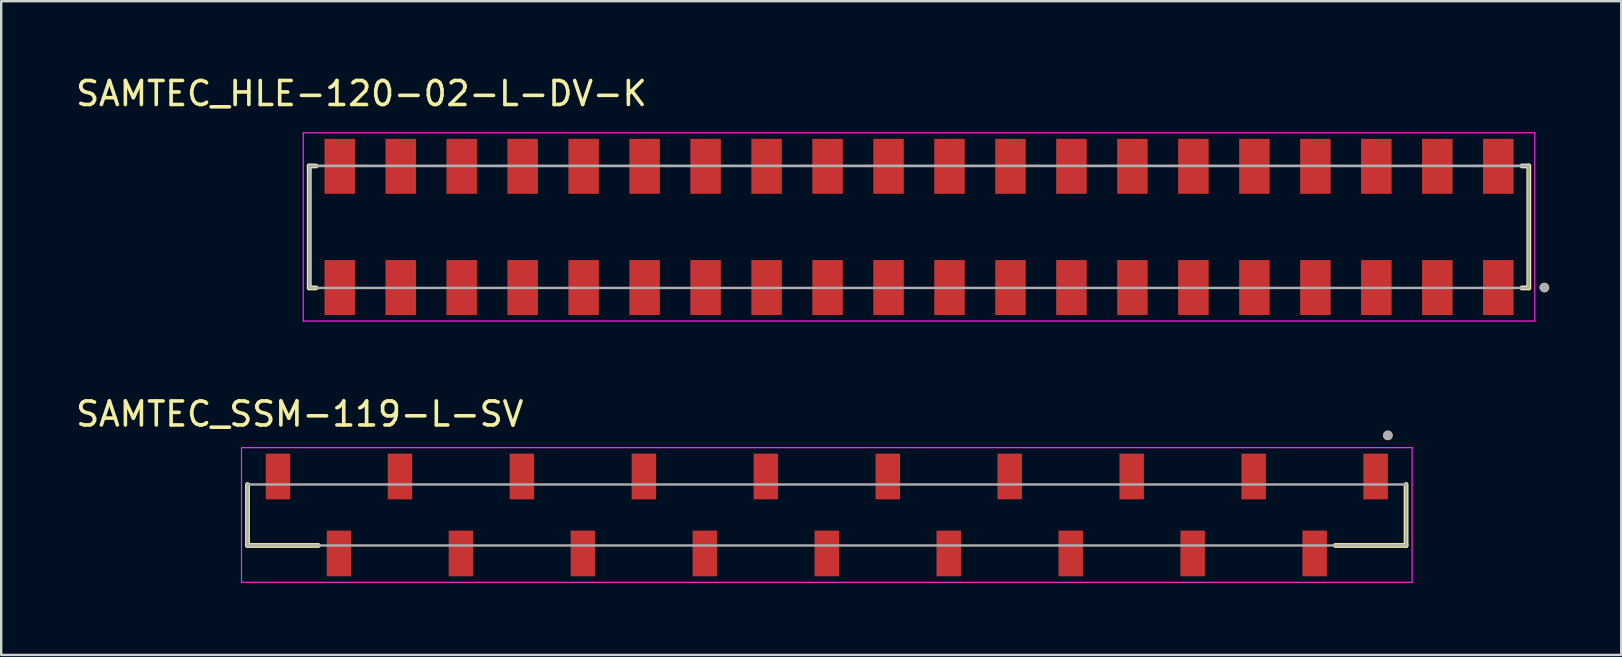
<source format=kicad_pcb>
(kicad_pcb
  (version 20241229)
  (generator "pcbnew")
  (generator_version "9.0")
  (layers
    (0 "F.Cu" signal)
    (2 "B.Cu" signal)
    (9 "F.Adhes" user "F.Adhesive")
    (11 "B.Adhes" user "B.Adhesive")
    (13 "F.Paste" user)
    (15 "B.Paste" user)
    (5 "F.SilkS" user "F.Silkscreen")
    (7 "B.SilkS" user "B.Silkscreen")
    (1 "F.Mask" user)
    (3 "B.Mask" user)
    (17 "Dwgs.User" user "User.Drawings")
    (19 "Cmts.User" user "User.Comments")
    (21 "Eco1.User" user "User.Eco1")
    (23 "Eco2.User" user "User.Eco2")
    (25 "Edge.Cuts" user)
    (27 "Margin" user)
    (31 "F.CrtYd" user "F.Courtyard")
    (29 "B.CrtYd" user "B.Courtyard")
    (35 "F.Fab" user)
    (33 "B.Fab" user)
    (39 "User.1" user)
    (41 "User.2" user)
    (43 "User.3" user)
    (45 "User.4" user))
  (footprint "SAMTEC_HLE-120-02-L-DV-K"
    (layer "F.Cu")
    (at 35.231 6.403)
    (property "Reference" "SAMTEC_HLE-120-02-L-DV-K" (at -23.225 -5.555 0) (layer "F.SilkS") (effects (font (size 1 1) (thickness 0.15))))
    (attr through_hole)
    (fp_line (start -25.4 -2.54) (end -25.115 -2.54) (stroke (width 0.2) (type solid)) (layer "F.SilkS"))
    (fp_line (start -25.4 2.54) (end -25.4 -2.54) (stroke (width 0.2) (type solid)) (layer "F.SilkS"))
    (fp_line (start -25.115 2.54) (end -25.4 2.54) (stroke (width 0.2) (type solid)) (layer "F.SilkS"))
    (fp_line (start 25.115 -2.54) (end 25.4 -2.54) (stroke (width 0.2) (type solid)) (layer "F.SilkS"))
    (fp_line (start 25.115 2.54) (end 25.4 2.54) (stroke (width 0.2) (type solid)) (layer "F.SilkS"))
    (fp_line (start 25.4 -2.54) (end 25.4 2.54) (stroke (width 0.2) (type solid)) (layer "F.SilkS"))
    (fp_circle (center 26.05 2.525) (end 26.15 2.525) (stroke (width 0.2) (type solid)) (fill no) (layer "F.SilkS"))
    (fp_line (start -25.65 -3.92) (end 25.65 -3.92) (stroke (width 0.05) (type solid)) (layer "F.CrtYd"))
    (fp_line (start -25.65 3.92) (end -25.65 -3.92) (stroke (width 0.05) (type solid)) (layer "F.CrtYd"))
    (fp_line (start 25.65 -3.92) (end 25.65 3.92) (stroke (width 0.05) (type solid)) (layer "F.CrtYd"))
    (fp_line (start 25.65 3.92) (end -25.65 3.92) (stroke (width 0.05) (type solid)) (layer "F.CrtYd"))
    (fp_line (start -25.4 -2.54) (end 25.4 -2.54) (stroke (width 0.1) (type solid)) (layer "F.Fab"))
    (fp_line (start -25.4 -2.54) (end 25.4 -2.54) (stroke (width 0.1) (type solid)) (layer "F.Fab"))
    (fp_line (start -25.4 2.54) (end -25.4 -2.54) (stroke (width 0.1) (type solid)) (layer "F.Fab"))
    (fp_line (start -25.4 2.54) (end -25.4 -2.54) (stroke (width 0.1) (type solid)) (layer "F.Fab"))
    (fp_line (start 25.4 -2.54) (end 25.4 2.54) (stroke (width 0.1) (type solid)) (layer "F.Fab"))
    (fp_line (start 25.4 -2.54) (end 25.4 2.54) (stroke (width 0.1) (type solid)) (layer "F.Fab"))
    (fp_line (start 25.4 2.54) (end -25.4 2.54) (stroke (width 0.1) (type solid)) (layer "F.Fab"))
    (fp_circle (center 26.05 2.525) (end 26.15 2.525) (stroke (width 0.2) (type solid)) (fill no) (layer "F.Fab"))
    (pad "01" smd rect (at 24.13 2.525) (size 1.27 2.29) (layers "F.Cu" "F.Mask" "F.Paste"))
    (pad "02" smd rect (at 24.13 -2.525) (size 1.27 2.29) (layers "F.Cu" "F.Mask" "F.Paste"))
    (pad "03" smd rect (at 21.59 2.525) (size 1.27 2.29) (layers "F.Cu" "F.Mask" "F.Paste"))
    (pad "04" smd rect (at 21.59 -2.525) (size 1.27 2.29) (layers "F.Cu" "F.Mask" "F.Paste"))
    (pad "05" smd rect (at 19.05 2.525) (size 1.27 2.29) (layers "F.Cu" "F.Mask" "F.Paste"))
    (pad "06" smd rect (at 19.05 -2.525) (size 1.27 2.29) (layers "F.Cu" "F.Mask" "F.Paste"))
    (pad "07" smd rect (at 16.51 2.525) (size 1.27 2.29) (layers "F.Cu" "F.Mask" "F.Paste"))
    (pad "08" smd rect (at 16.51 -2.525) (size 1.27 2.29) (layers "F.Cu" "F.Mask" "F.Paste"))
    (pad "09" smd rect (at 13.97 2.525) (size 1.27 2.29) (layers "F.Cu" "F.Mask" "F.Paste"))
    (pad "10" smd rect (at 13.97 -2.525) (size 1.27 2.29) (layers "F.Cu" "F.Mask" "F.Paste"))
    (pad "11" smd rect (at 11.43 2.525) (size 1.27 2.29) (layers "F.Cu" "F.Mask" "F.Paste"))
    (pad "12" smd rect (at 11.43 -2.525) (size 1.27 2.29) (layers "F.Cu" "F.Mask" "F.Paste"))
    (pad "13" smd rect (at 8.89 2.525) (size 1.27 2.29) (layers "F.Cu" "F.Mask" "F.Paste"))
    (pad "14" smd rect (at 8.89 -2.525) (size 1.27 2.29) (layers "F.Cu" "F.Mask" "F.Paste"))
    (pad "15" smd rect (at 6.35 2.525) (size 1.27 2.29) (layers "F.Cu" "F.Mask" "F.Paste"))
    (pad "16" smd rect (at 6.35 -2.525) (size 1.27 2.29) (layers "F.Cu" "F.Mask" "F.Paste"))
    (pad "17" smd rect (at 3.81 2.525) (size 1.27 2.29) (layers "F.Cu" "F.Mask" "F.Paste"))
    (pad "18" smd rect (at 3.81 -2.525) (size 1.27 2.29) (layers "F.Cu" "F.Mask" "F.Paste"))
    (pad "19" smd rect (at 1.27 2.525) (size 1.27 2.29) (layers "F.Cu" "F.Mask" "F.Paste"))
    (pad "20" smd rect (at 1.27 -2.525) (size 1.27 2.29) (layers "F.Cu" "F.Mask" "F.Paste"))
    (pad "21" smd rect (at -1.27 2.525) (size 1.27 2.29) (layers "F.Cu" "F.Mask" "F.Paste"))
    (pad "22" smd rect (at -1.27 -2.525) (size 1.27 2.29) (layers "F.Cu" "F.Mask" "F.Paste"))
    (pad "23" smd rect (at -3.81 2.525) (size 1.27 2.29) (layers "F.Cu" "F.Mask" "F.Paste"))
    (pad "24" smd rect (at -3.81 -2.525) (size 1.27 2.29) (layers "F.Cu" "F.Mask" "F.Paste"))
    (pad "25" smd rect (at -6.35 2.525) (size 1.27 2.29) (layers "F.Cu" "F.Mask" "F.Paste"))
    (pad "26" smd rect (at -6.35 -2.525) (size 1.27 2.29) (layers "F.Cu" "F.Mask" "F.Paste"))
    (pad "27" smd rect (at -8.89 2.525) (size 1.27 2.29) (layers "F.Cu" "F.Mask" "F.Paste"))
    (pad "28" smd rect (at -8.89 -2.525) (size 1.27 2.29) (layers "F.Cu" "F.Mask" "F.Paste"))
    (pad "29" smd rect (at -11.43 2.525) (size 1.27 2.29) (layers "F.Cu" "F.Mask" "F.Paste"))
    (pad "30" smd rect (at -11.43 -2.525) (size 1.27 2.29) (layers "F.Cu" "F.Mask" "F.Paste"))
    (pad "31" smd rect (at -13.97 2.525) (size 1.27 2.29) (layers "F.Cu" "F.Mask" "F.Paste"))
    (pad "32" smd rect (at -13.97 -2.525) (size 1.27 2.29) (layers "F.Cu" "F.Mask" "F.Paste"))
    (pad "33" smd rect (at -16.51 2.525) (size 1.27 2.29) (layers "F.Cu" "F.Mask" "F.Paste"))
    (pad "34" smd rect (at -16.51 -2.525) (size 1.27 2.29) (layers "F.Cu" "F.Mask" "F.Paste"))
    (pad "35" smd rect (at -19.05 2.525) (size 1.27 2.29) (layers "F.Cu" "F.Mask" "F.Paste"))
    (pad "36" smd rect (at -19.05 -2.525) (size 1.27 2.29) (layers "F.Cu" "F.Mask" "F.Paste"))
    (pad "37" smd rect (at -21.59 2.525) (size 1.27 2.29) (layers "F.Cu" "F.Mask" "F.Paste"))
    (pad "38" smd rect (at -21.59 -2.525) (size 1.27 2.29) (layers "F.Cu" "F.Mask" "F.Paste"))
    (pad "39" smd rect (at -24.13 2.525) (size 1.27 2.29) (layers "F.Cu" "F.Mask" "F.Paste"))
    (pad "40" smd rect (at -24.13 -2.525) (size 1.27 2.29) (layers "F.Cu" "F.Mask" "F.Paste")))
  (footprint "SAMTEC_SSM-119-L-SV"
    (layer "F.Cu")
    (at 31.39 18.401)
    (property "Reference" "SAMTEC_SSM-119-L-SV" (at -21.955 -4.205 0) (layer "F.SilkS") (effects (font (size 1 1) (thickness 0.15))))
    (attr through_hole)
    (fp_line (start -24.13 1.27) (end -24.13 -1.27) (stroke (width 0.2) (type solid)) (layer "F.SilkS"))
    (fp_line (start -24.13 1.27) (end -21.18 1.27) (stroke (width 0.2) (type solid)) (layer "F.SilkS"))
    (fp_line (start 24.13 1.27) (end 21.18 1.27) (stroke (width 0.2) (type solid)) (layer "F.SilkS"))
    (fp_line (start 24.13 1.27) (end 24.13 -1.27) (stroke (width 0.2) (type solid)) (layer "F.SilkS"))
    (fp_circle (center 23.37 -3.315) (end 23.47 -3.315) (stroke (width 0.2) (type solid)) (fill no) (layer "F.SilkS"))
    (fp_line (start -24.38 -2.805) (end 24.38 -2.805) (stroke (width 0.05) (type solid)) (layer "F.CrtYd"))
    (fp_line (start -24.38 2.805) (end -24.38 -2.805) (stroke (width 0.05) (type solid)) (layer "F.CrtYd"))
    (fp_line (start 24.38 -2.805) (end 24.38 2.805) (stroke (width 0.05) (type solid)) (layer "F.CrtYd"))
    (fp_line (start 24.38 2.805) (end -24.38 2.805) (stroke (width 0.05) (type solid)) (layer "F.CrtYd"))
    (fp_line (start -24.13 -1.27) (end 24.13 -1.27) (stroke (width 0.1) (type solid)) (layer "F.Fab"))
    (fp_line (start -24.13 1.27) (end -24.13 -1.27) (stroke (width 0.1) (type solid)) (layer "F.Fab"))
    (fp_line (start 24.13 -1.27) (end 24.13 1.27) (stroke (width 0.1) (type solid)) (layer "F.Fab"))
    (fp_line (start 24.13 1.27) (end -24.13 1.27) (stroke (width 0.1) (type solid)) (layer "F.Fab"))
    (fp_circle (center 23.37 -3.315) (end 23.47 -3.315) (stroke (width 0.2) (type solid)) (fill no) (layer "F.Fab"))
    (pad "01" smd rect (at 22.86 -1.603) (size 1.02 1.905) (layers "F.Cu" "F.Mask" "F.Paste"))
    (pad "02" smd rect (at 20.32 1.603) (size 1.02 1.905) (layers "F.Cu" "F.Mask" "F.Paste"))
    (pad "03" smd rect (at 17.78 -1.603) (size 1.02 1.905) (layers "F.Cu" "F.Mask" "F.Paste"))
    (pad "04" smd rect (at 15.24 1.603) (size 1.02 1.905) (layers "F.Cu" "F.Mask" "F.Paste"))
    (pad "05" smd rect (at 12.7 -1.603) (size 1.02 1.905) (layers "F.Cu" "F.Mask" "F.Paste"))
    (pad "06" smd rect (at 10.16 1.603) (size 1.02 1.905) (layers "F.Cu" "F.Mask" "F.Paste"))
    (pad "07" smd rect (at 7.62 -1.603) (size 1.02 1.905) (layers "F.Cu" "F.Mask" "F.Paste"))
    (pad "08" smd rect (at 5.08 1.603) (size 1.02 1.905) (layers "F.Cu" "F.Mask" "F.Paste"))
    (pad "09" smd rect (at 2.54 -1.603) (size 1.02 1.905) (layers "F.Cu" "F.Mask" "F.Paste"))
    (pad "10" smd rect (at 0 1.603) (size 1.02 1.905) (layers "F.Cu" "F.Mask" "F.Paste"))
    (pad "11" smd rect (at -2.54 -1.603) (size 1.02 1.905) (layers "F.Cu" "F.Mask" "F.Paste"))
    (pad "12" smd rect (at -5.08 1.603) (size 1.02 1.905) (layers "F.Cu" "F.Mask" "F.Paste"))
    (pad "13" smd rect (at -7.62 -1.603) (size 1.02 1.905) (layers "F.Cu" "F.Mask" "F.Paste"))
    (pad "14" smd rect (at -10.16 1.603) (size 1.02 1.905) (layers "F.Cu" "F.Mask" "F.Paste"))
    (pad "15" smd rect (at -12.7 -1.603) (size 1.02 1.905) (layers "F.Cu" "F.Mask" "F.Paste"))
    (pad "16" smd rect (at -15.24 1.603) (size 1.02 1.905) (layers "F.Cu" "F.Mask" "F.Paste"))
    (pad "17" smd rect (at -17.78 -1.603) (size 1.02 1.905) (layers "F.Cu" "F.Mask" "F.Paste"))
    (pad "18" smd rect (at -20.32 1.603) (size 1.02 1.905) (layers "F.Cu" "F.Mask" "F.Paste"))
    (pad "19" smd rect (at -22.86 -1.603) (size 1.02 1.905) (layers "F.Cu" "F.Mask" "F.Paste")))
  (gr_rect
    (start -3 -3)
    (end 64.481 24.232)
    (stroke (width 0.1) (type default))
    (fill no)
    (layer "Edge.Cuts")))
</source>
